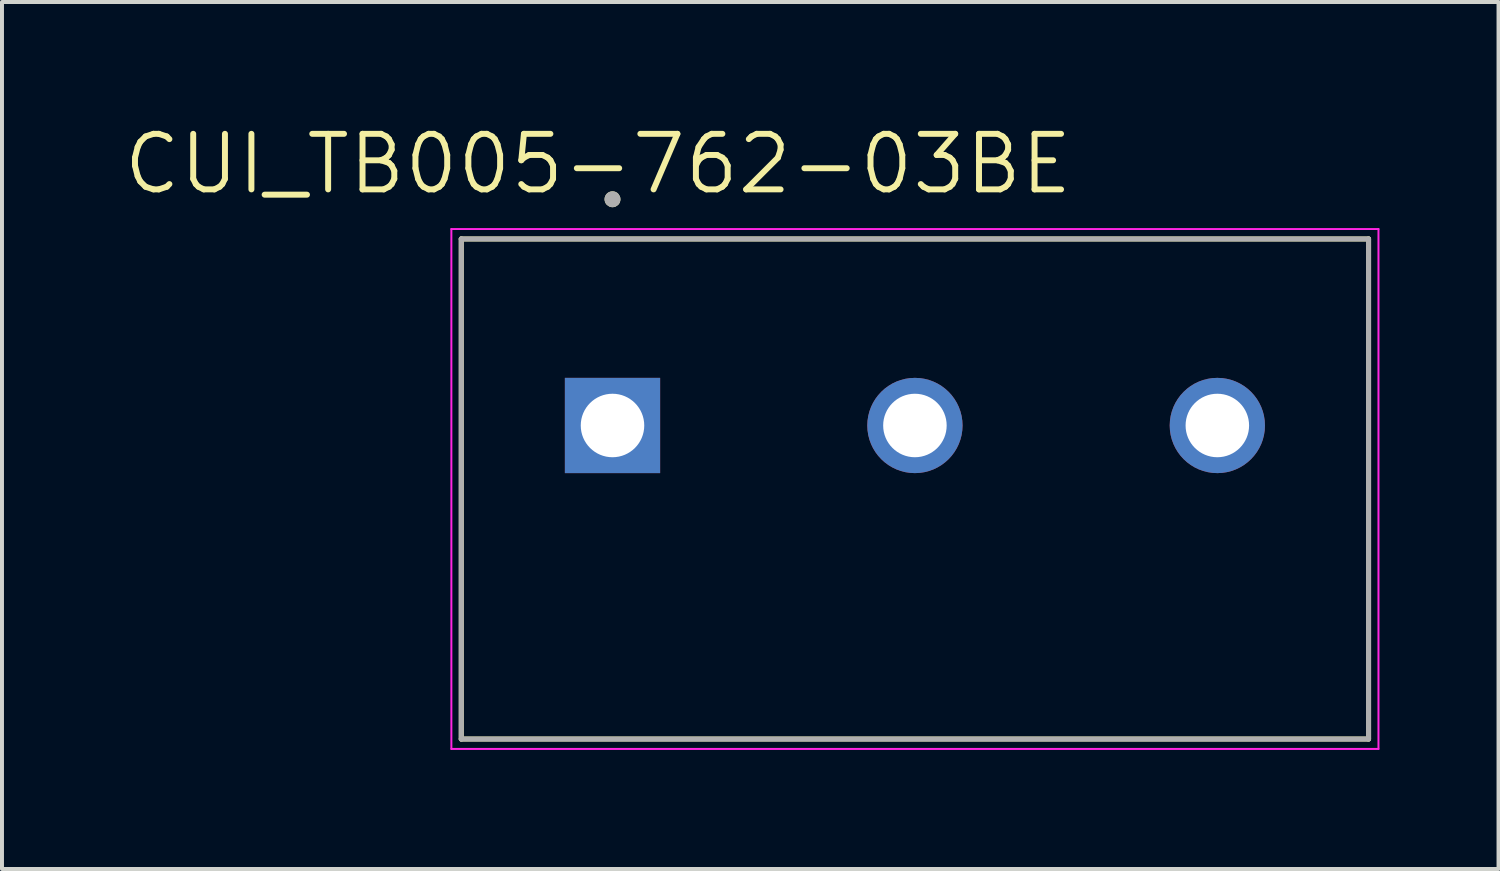
<source format=kicad_pcb>
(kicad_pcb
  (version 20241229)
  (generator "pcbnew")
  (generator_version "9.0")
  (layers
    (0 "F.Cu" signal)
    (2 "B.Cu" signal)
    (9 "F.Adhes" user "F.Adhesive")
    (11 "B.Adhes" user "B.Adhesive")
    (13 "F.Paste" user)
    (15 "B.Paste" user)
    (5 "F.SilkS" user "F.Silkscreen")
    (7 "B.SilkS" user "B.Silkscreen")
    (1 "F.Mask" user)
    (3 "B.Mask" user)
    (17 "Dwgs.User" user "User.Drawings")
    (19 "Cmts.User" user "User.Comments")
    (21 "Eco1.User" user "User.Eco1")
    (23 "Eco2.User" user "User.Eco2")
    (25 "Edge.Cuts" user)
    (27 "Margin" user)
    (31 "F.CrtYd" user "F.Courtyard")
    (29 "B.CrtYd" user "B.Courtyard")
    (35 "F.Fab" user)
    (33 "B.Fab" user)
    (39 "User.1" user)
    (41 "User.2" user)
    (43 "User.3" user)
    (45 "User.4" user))
  (footprint "CUI_TB005-762-03BE"
    (layer "F.Cu")
    (at 12.383 7.671)
    (property "Reference" "CUI_TB005-762-03BE" (at -0.365 -6.589 0) (layer "F.SilkS") (effects (font (size 1.4 1.4) (thickness 0.15))))
    (attr through_hole)
    (fp_line (start -3.81 -4.7) (end 19.05 -4.7) (stroke (width 0.127) (type solid)) (layer "F.SilkS"))
    (fp_line (start -3.81 7.9) (end -3.81 -4.7) (stroke (width 0.127) (type solid)) (layer "F.SilkS"))
    (fp_line (start 19.05 -4.7) (end 19.05 7.9) (stroke (width 0.127) (type solid)) (layer "F.SilkS"))
    (fp_line (start 19.05 7.9) (end -3.81 7.9) (stroke (width 0.127) (type solid)) (layer "F.SilkS"))
    (fp_circle (center 0 -5.7) (end 0.1 -5.7) (stroke (width 0.2) (type solid)) (fill no) (layer "F.SilkS"))
    (fp_line (start -4.06 -4.95) (end 19.3 -4.95) (stroke (width 0.05) (type solid)) (layer "F.CrtYd"))
    (fp_line (start -4.06 8.15) (end -4.06 -4.95) (stroke (width 0.05) (type solid)) (layer "F.CrtYd"))
    (fp_line (start 19.3 -4.95) (end 19.3 8.15) (stroke (width 0.05) (type solid)) (layer "F.CrtYd"))
    (fp_line (start 19.3 8.15) (end -4.06 8.15) (stroke (width 0.05) (type solid)) (layer "F.CrtYd"))
    (fp_line (start -3.81 -4.7) (end 19.05 -4.7) (stroke (width 0.127) (type solid)) (layer "F.Fab"))
    (fp_line (start -3.81 7.9) (end -3.81 -4.7) (stroke (width 0.127) (type solid)) (layer "F.Fab"))
    (fp_line (start 19.05 -4.7) (end 19.05 7.9) (stroke (width 0.127) (type solid)) (layer "F.Fab"))
    (fp_line (start 19.05 7.9) (end -3.81 7.9) (stroke (width 0.127) (type solid)) (layer "F.Fab"))
    (fp_circle (center 0 -5.7) (end 0.1 -5.7) (stroke (width 0.2) (type solid)) (fill no) (layer "F.Fab"))
    (pad "1" thru_hole rect (at 0 0) (size 2.4 2.4) (drill 1.6) (layers "*.Cu" "*.Mask"))
    (pad "2" thru_hole circle (at 7.62 0) (size 2.4 2.4) (drill 1.6) (layers "*.Cu" "*.Mask"))
    (pad "3" thru_hole circle (at 15.24 0) (size 2.4 2.4) (drill 1.6) (layers "*.Cu" "*.Mask")))
  (gr_rect
    (start -3 -3)
    (end 34.708 18.846)
    (stroke (width 0.1) (type default))
    (fill no)
    (layer "Edge.Cuts")))
</source>
